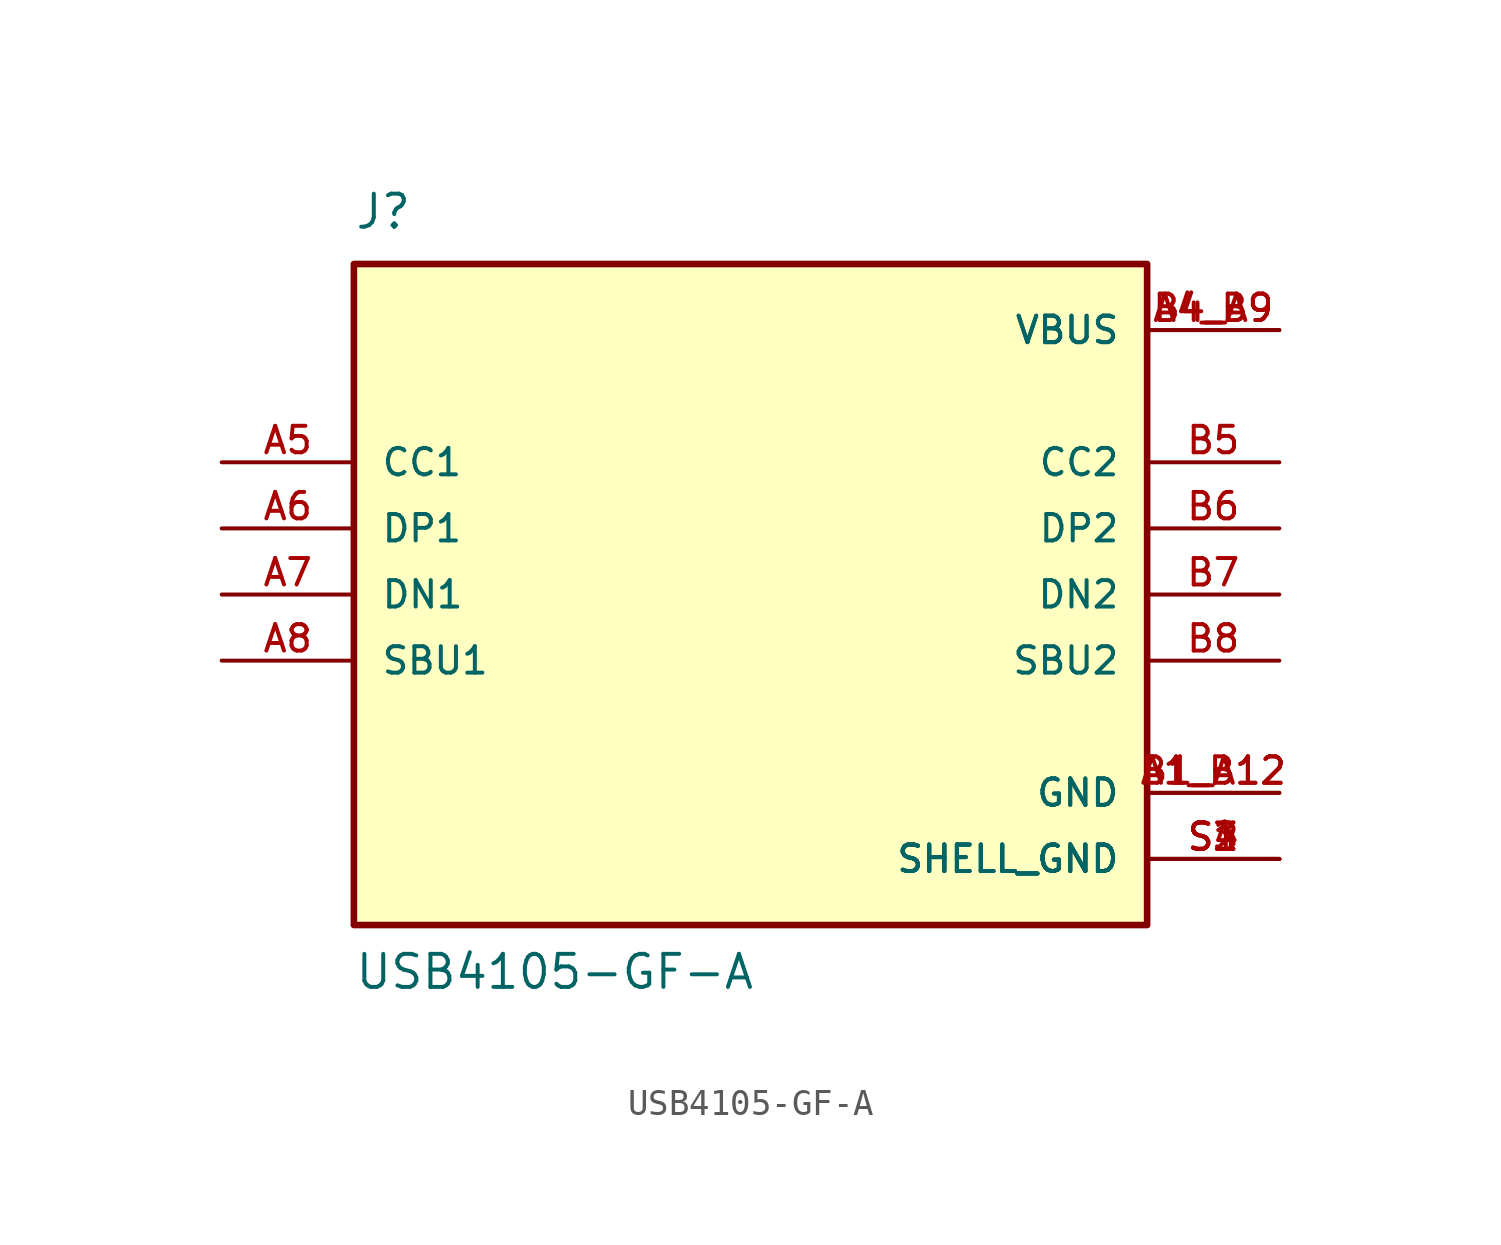
<source format=kicad_sym>
(kicad_symbol_lib
  (version 20211014)
  (generator kicad_symbol_editor)
  (symbol "USB4105-GF-A"
    (pin_names
      (offset 1.016))
    (property "Reference" "J"
      (at -15.24 13.97 0)
      (effects (font (size 1.27 1.27)) (justify left bottom)))
    (property "Value" "USB4105-GF-A"
      (at -15.24 -15.24 0)
      (effects (font (size 1.27 1.27)) (justify left bottom)))
    (property "ki_locked" ""
      (at 0 0 0)
      (effects (font (size 1.27 1.27))))
    (symbol "USB4105-GF-A_0_0"
      (rectangle (start -15.24 -12.7) (end 15.24 12.7) (stroke (width 0.254) (type default) (color 0 0 0 0)) (fill (type background)))
      (pin power_in line (at 20.32 -7.62 180) (length 5.08) (name "GND" (effects (font (size 1.016 1.016)))) (number "A1_B12" (effects (font (size 1.016 1.016)))))
      (pin power_in line (at 20.32 10.16 180) (length 5.08) (name "VBUS" (effects (font (size 1.016 1.016)))) (number "A4_B9" (effects (font (size 1.016 1.016)))))
      (pin bidirectional line (at -20.32 5.08 0) (length 5.08) (name "CC1" (effects (font (size 1.016 1.016)))) (number "A5" (effects (font (size 1.016 1.016)))))
      (pin bidirectional line (at -20.32 2.54 0) (length 5.08) (name "DP1" (effects (font (size 1.016 1.016)))) (number "A6" (effects (font (size 1.016 1.016)))))
      (pin bidirectional line (at -20.32 0 0) (length 5.08) (name "DN1" (effects (font (size 1.016 1.016)))) (number "A7" (effects (font (size 1.016 1.016)))))
      (pin bidirectional line (at -20.32 -2.54 0) (length 5.08) (name "SBU1" (effects (font (size 1.016 1.016)))) (number "A8" (effects (font (size 1.016 1.016)))))
      (pin power_in line (at 20.32 -7.62 180) (length 5.08) (name "GND" (effects (font (size 1.016 1.016)))) (number "B1_A12" (effects (font (size 1.016 1.016)))))
      (pin power_in line (at 20.32 10.16 180) (length 5.08) (name "VBUS" (effects (font (size 1.016 1.016)))) (number "B4_A9" (effects (font (size 1.016 1.016)))))
      (pin bidirectional line (at 20.32 5.08 180) (length 5.08) (name "CC2" (effects (font (size 1.016 1.016)))) (number "B5" (effects (font (size 1.016 1.016)))))
      (pin bidirectional line (at 20.32 2.54 180) (length 5.08) (name "DP2" (effects (font (size 1.016 1.016)))) (number "B6" (effects (font (size 1.016 1.016)))))
      (pin bidirectional line (at 20.32 0 180) (length 5.08) (name "DN2" (effects (font (size 1.016 1.016)))) (number "B7" (effects (font (size 1.016 1.016)))))
      (pin bidirectional line (at 20.32 -2.54 180) (length 5.08) (name "SBU2" (effects (font (size 1.016 1.016)))) (number "B8" (effects (font (size 1.016 1.016)))))
      (pin power_in line (at 20.32 -10.16 180) (length 5.08) (name "SHELL_GND" (effects (font (size 1.016 1.016)))) (number "S1" (effects (font (size 1.016 1.016)))))
      (pin power_in line (at 20.32 -10.16 180) (length 5.08) (name "SHELL_GND" (effects (font (size 1.016 1.016)))) (number "S2" (effects (font (size 1.016 1.016)))))
      (pin power_in line (at 20.32 -10.16 180) (length 5.08) (name "SHELL_GND" (effects (font (size 1.016 1.016)))) (number "S3" (effects (font (size 1.016 1.016)))))
      (pin power_in line (at 20.32 -10.16 180) (length 5.08) (name "SHELL_GND" (effects (font (size 1.016 1.016)))) (number "S4" (effects (font (size 1.016 1.016))))))))
</source>
